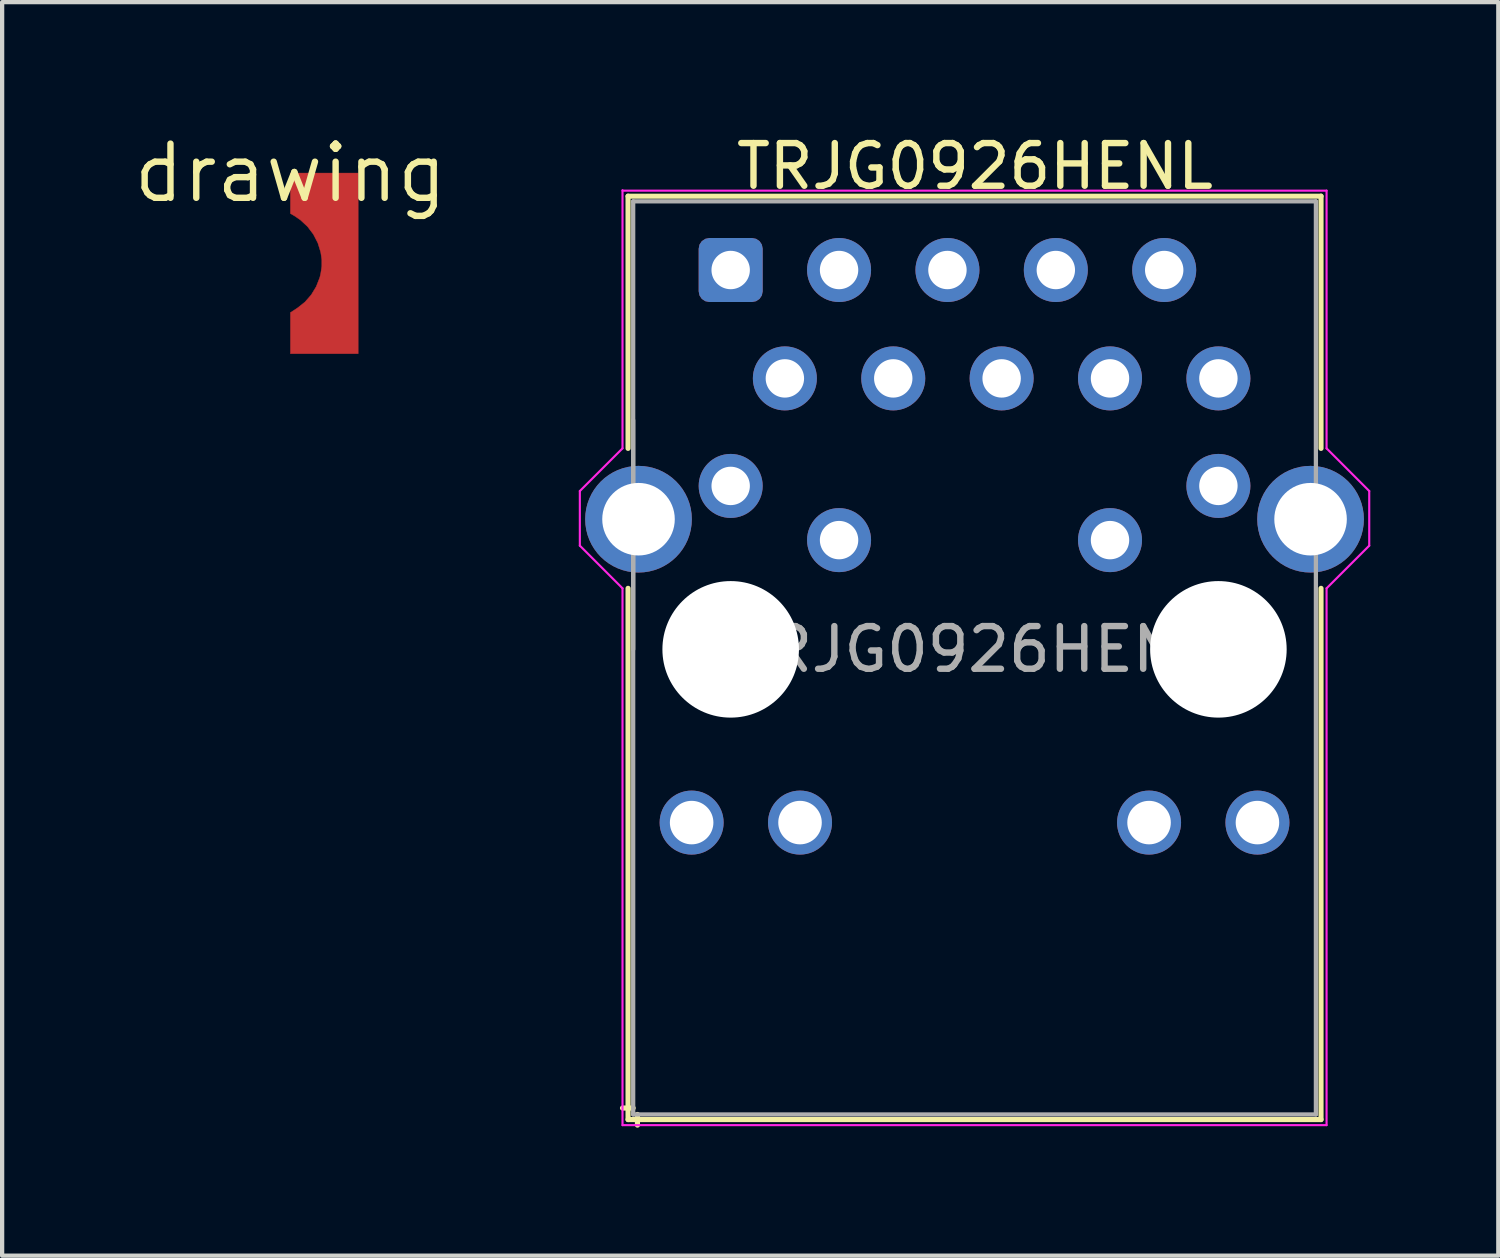
<source format=kicad_pcb>
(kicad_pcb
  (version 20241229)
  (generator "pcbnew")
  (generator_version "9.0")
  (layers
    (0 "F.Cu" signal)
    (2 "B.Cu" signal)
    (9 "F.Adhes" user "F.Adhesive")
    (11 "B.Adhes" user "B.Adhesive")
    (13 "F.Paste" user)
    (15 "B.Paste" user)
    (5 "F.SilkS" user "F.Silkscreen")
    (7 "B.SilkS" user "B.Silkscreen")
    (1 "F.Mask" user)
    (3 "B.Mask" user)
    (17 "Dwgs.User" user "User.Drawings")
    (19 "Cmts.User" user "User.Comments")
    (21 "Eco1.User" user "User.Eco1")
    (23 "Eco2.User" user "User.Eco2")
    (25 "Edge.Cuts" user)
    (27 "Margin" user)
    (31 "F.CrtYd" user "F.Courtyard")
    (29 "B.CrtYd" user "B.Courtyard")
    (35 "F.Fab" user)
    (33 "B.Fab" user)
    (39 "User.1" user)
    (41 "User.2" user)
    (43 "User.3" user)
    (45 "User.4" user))
  (footprint "drawing"
    (layer "F.Cu")
    (at 3.757 1.006)
    (property "Reference" "drawing" (at 0 0 0) (layer "F.SilkS") (effects (font (size 1.27 1.27) (thickness 0.15))))
    (attr through_hole)
    (fp_poly (pts (xy 1.587 4.233) (xy 0 4.233) (xy 0 3.269) (xy 0.161 3.164) (xy 0.338 3.024) (xy 0.487 2.854) (xy 0.604 2.661) (xy 0.687 2.449) (xy 0.709 2.359) (xy 0.735 2.188) (xy 0.735 2.028) (xy 0.71 1.859) (xy 0.71 1.857) (xy 0.642 1.638) (xy 0.537 1.434) (xy 0.399 1.252) (xy 0.23 1.096) (xy 0.092 1.002) (xy 0 0.948) (xy 0 0) (xy 1.587 0) (xy 1.587 4.233)) (stroke (width 0.01) (type solid)) (fill yes) (layer "F.Cu")))
  (footprint "TRJG0926HENL"
    (layer "F.Cu")
    (at 19.789 12.168)
    (property "Reference" "TRJG0926HENL" (at 0.01 -11.32 0) (layer "F.SilkS") (effects (font (size 1 1) (thickness 0.15))))
    (fp_line (start -8.12 -10.62) (end -8.12 -4.71) (stroke (width 0.12) (type solid)) (layer "F.SilkS"))
    (fp_line (start -8.12 -10.62) (end 8.12 -10.62) (stroke (width 0.12) (type solid)) (layer "F.SilkS"))
    (fp_line (start -8.12 -1.43) (end -8.12 11.02) (stroke (width 0.12) (type solid)) (layer "F.SilkS"))
    (fp_line (start -8 10.75) (end -8.25 10.75) (stroke (width 0.12) (type solid)) (layer "F.SilkS"))
    (fp_line (start -7.9 10.9) (end -7.9 11.15) (stroke (width 0.12) (type solid)) (layer "F.SilkS"))
    (fp_line (start 8.12 -10.62) (end 8.12 -4.71) (stroke (width 0.12) (type solid)) (layer "F.SilkS"))
    (fp_line (start 8.12 -1.43) (end 8.12 11.02) (stroke (width 0.12) (type solid)) (layer "F.SilkS"))
    (fp_line (start 8.12 11.02) (end -8.12 11.02) (stroke (width 0.12) (type solid)) (layer "F.SilkS"))
    (fp_line (start -9.25 -2.43) (end -9.25 -3.71) (stroke (width 0.05) (type solid)) (layer "F.CrtYd"))
    (fp_line (start -9.25 -2.43) (end -8.25 -1.43) (stroke (width 0.05) (type solid)) (layer "F.CrtYd"))
    (fp_line (start -8.25 -10.75) (end 8.25 -10.75) (stroke (width 0.05) (type solid)) (layer "F.CrtYd"))
    (fp_line (start -8.25 -4.71) (end -9.25 -3.71) (stroke (width 0.05) (type solid)) (layer "F.CrtYd"))
    (fp_line (start -8.25 -4.71) (end -8.25 -10.76) (stroke (width 0.05) (type solid)) (layer "F.CrtYd"))
    (fp_line (start -8.25 -1.43) (end -8.25 11.15) (stroke (width 0.05) (type solid)) (layer "F.CrtYd"))
    (fp_line (start -8.25 11.15) (end 8.25 11.15) (stroke (width 0.05) (type solid)) (layer "F.CrtYd"))
    (fp_line (start 8.25 -4.71) (end 8.25 -10.75) (stroke (width 0.05) (type solid)) (layer "F.CrtYd"))
    (fp_line (start 8.25 -4.71) (end 9.25 -3.71) (stroke (width 0.05) (type solid)) (layer "F.CrtYd"))
    (fp_line (start 8.25 -1.43) (end 8.25 11.15) (stroke (width 0.05) (type solid)) (layer "F.CrtYd"))
    (fp_line (start 9.25 -2.43) (end 8.25 -1.43) (stroke (width 0.05) (type solid)) (layer "F.CrtYd"))
    (fp_line (start 9.25 -2.43) (end 9.25 -3.71) (stroke (width 0.05) (type solid)) (layer "F.CrtYd"))
    (fp_line (start -8 -10.5) (end -8 0) (stroke (width 0.1) (type solid)) (layer "F.Fab"))
    (fp_line (start -8 -10.5) (end 8 -10.5) (stroke (width 0.1) (type solid)) (layer "F.Fab"))
    (fp_line (start -8 -5.37) (end -8 10.9) (stroke (width 0.1) (type solid)) (layer "F.Fab"))
    (fp_line (start -8 10.9) (end 8 10.9) (stroke (width 0.1) (type solid)) (layer "F.Fab"))
    (fp_line (start 8 -10.5) (end 8 10.9) (stroke (width 0.1) (type solid)) (layer "F.Fab"))
    (fp_text user "${REFERENCE}" (at 0 0 0) (layer "F.Fab") (effects (font (size 1 1) (thickness 0.15))))
    (pad "" np_thru_hole circle (at -5.715 0) (size 3.2 3.2) (drill 3.2) (layers "*.Cu" "*.Mask"))
    (pad "" np_thru_hole circle (at 5.715 0) (size 3.2 3.2) (drill 3.2) (layers "*.Cu" "*.Mask"))
    (pad "1" thru_hole roundrect (at -5.715 -8.89) (size 1.5 1.5) (drill 0.9) (layers "*.Cu" "*.Mask") (roundrect_rratio 0.167))
    (pad "2" thru_hole circle (at -4.445 -6.35) (size 1.5 1.5) (drill 0.9) (layers "*.Cu" "*.Mask"))
    (pad "3" thru_hole circle (at -3.175 -8.89) (size 1.5 1.5) (drill 0.9) (layers "*.Cu" "*.Mask"))
    (pad "4" thru_hole circle (at -1.905 -6.35) (size 1.5 1.5) (drill 0.9) (layers "*.Cu" "*.Mask"))
    (pad "5" thru_hole circle (at -0.635 -8.89) (size 1.5 1.5) (drill 0.9) (layers "*.Cu" "*.Mask"))
    (pad "6" thru_hole circle (at 0.635 -6.35 90) (size 1.5 1.5) (drill 0.9) (layers "*.Cu" "*.Mask"))
    (pad "7" thru_hole circle (at 1.905 -8.89) (size 1.5 1.5) (drill 0.9) (layers "*.Cu" "*.Mask"))
    (pad "8" thru_hole circle (at 3.175 -6.35) (size 1.5 1.5) (drill 0.9) (layers "*.Cu" "*.Mask"))
    (pad "9" thru_hole circle (at 4.445 -8.89) (size 1.5 1.5) (drill 0.9) (layers "*.Cu" "*.Mask"))
    (pad "10" thru_hole circle (at 5.715 -6.35) (size 1.5 1.5) (drill 0.9) (layers "*.Cu" "*.Mask"))
    (pad "11" thru_hole circle (at -5.715 -3.83) (size 1.5 1.5) (drill 0.9) (layers "*.Cu" "*.Mask"))
    (pad "12" thru_hole circle (at -3.175 -2.56) (size 1.5 1.5) (drill 0.9) (layers "*.Cu" "*.Mask"))
    (pad "13" thru_hole circle (at 3.175 -2.56) (size 1.5 1.5) (drill 0.9) (layers "*.Cu" "*.Mask"))
    (pad "14" thru_hole circle (at 5.715 -3.83) (size 1.5 1.5) (drill 0.9) (layers "*.Cu" "*.Mask"))
    (pad "15" thru_hole circle (at -6.63 4.06) (size 1.5 1.5) (drill 1.02) (layers "*.Cu" "*.Mask"))
    (pad "16" thru_hole circle (at -4.09 4.06) (size 1.5 1.5) (drill 1.02) (layers "*.Cu" "*.Mask"))
    (pad "17" thru_hole circle (at 4.09 4.06) (size 1.5 1.5) (drill 1.02) (layers "*.Cu" "*.Mask"))
    (pad "18" thru_hole circle (at 6.63 4.06) (size 1.5 1.5) (drill 1.02) (layers "*.Cu" "*.Mask"))
    (pad "19" thru_hole circle (at -7.875 -3.05) (size 2.5 2.5) (drill 1.7) (layers "*.Cu" "*.Mask"))
    (pad "20" thru_hole circle (at 7.875 -3.05) (size 2.5 2.5) (drill 1.7) (layers "*.Cu" "*.Mask")))
  (gr_rect
    (start -3 -3)
    (end 32.064 26.378)
    (stroke (width 0.1) (type default))
    (fill no)
    (layer "Edge.Cuts")))
</source>
